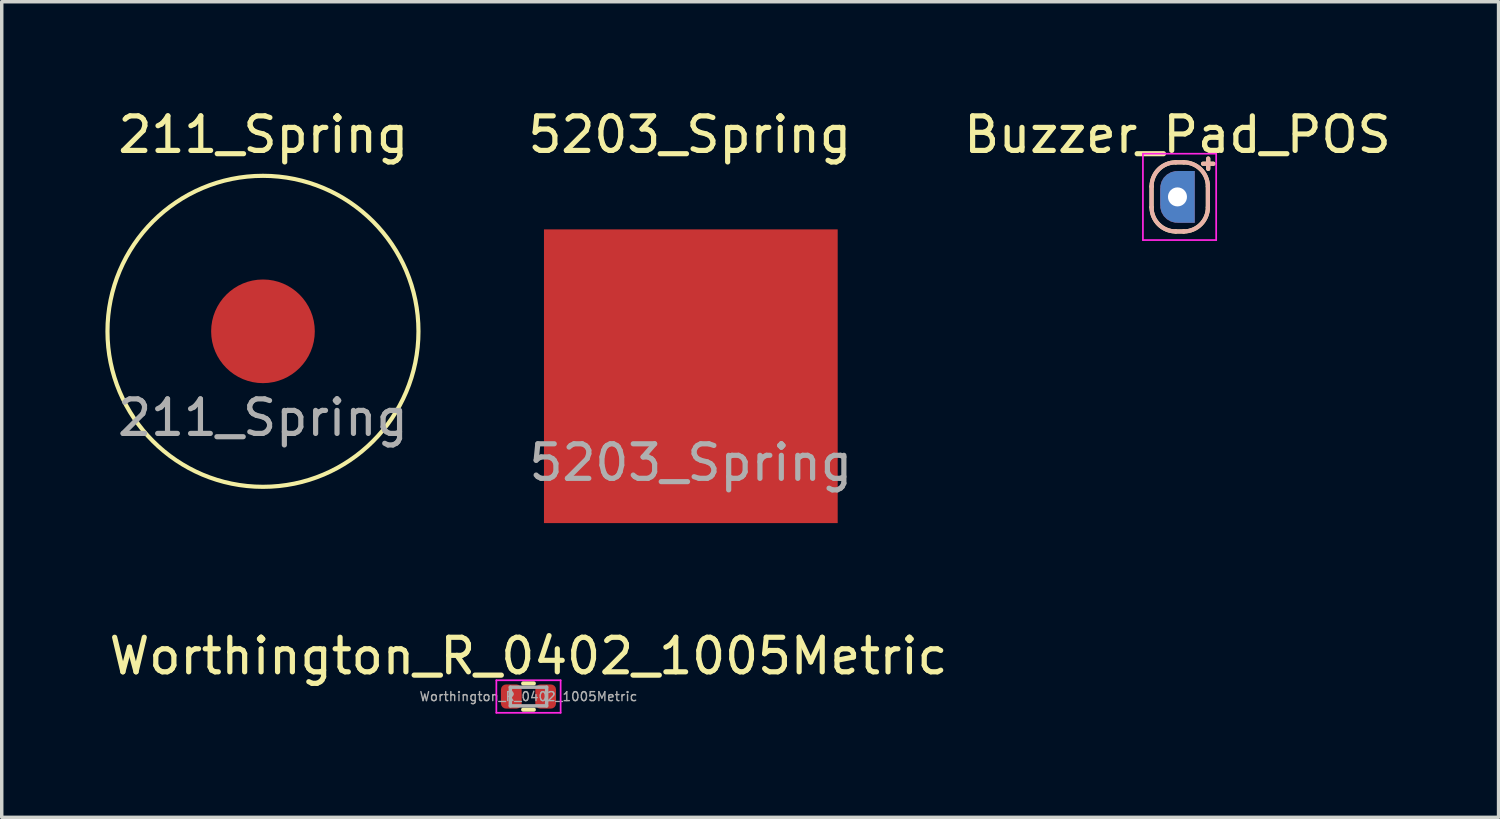
<source format=kicad_pcb>
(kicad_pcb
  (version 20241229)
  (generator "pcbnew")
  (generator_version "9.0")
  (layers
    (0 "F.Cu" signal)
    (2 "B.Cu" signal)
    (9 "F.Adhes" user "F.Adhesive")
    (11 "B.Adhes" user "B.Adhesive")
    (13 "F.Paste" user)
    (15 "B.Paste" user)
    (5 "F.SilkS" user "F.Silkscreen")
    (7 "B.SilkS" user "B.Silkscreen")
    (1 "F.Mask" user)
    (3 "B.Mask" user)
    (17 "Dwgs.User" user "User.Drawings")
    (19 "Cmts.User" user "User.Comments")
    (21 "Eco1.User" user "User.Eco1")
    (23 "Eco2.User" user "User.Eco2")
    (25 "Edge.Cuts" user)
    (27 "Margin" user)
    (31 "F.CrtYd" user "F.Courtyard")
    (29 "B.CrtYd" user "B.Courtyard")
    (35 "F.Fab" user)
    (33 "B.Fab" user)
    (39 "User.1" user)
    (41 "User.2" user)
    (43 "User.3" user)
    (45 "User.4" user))
  (footprint "Worthington_R_0402_1005Metric"
    (layer "F.Cu")
    (at 12.244 17.107)
    (property "Reference" "Worthington_R_0402_1005Metric" (at 0 -1.17 180) (layer "F.SilkS") (effects (font (size 1 1) (thickness 0.15))))
    (attr smd)
    (fp_line (start -0.154 -0.38) (end 0.154 -0.38) (stroke (width 0.12) (type solid)) (layer "F.SilkS"))
    (fp_line (start -0.154 0.38) (end 0.154 0.38) (stroke (width 0.12) (type solid)) (layer "F.SilkS"))
    (fp_line (start -0.93 0.47) (end -0.93 -0.47) (stroke (width 0.05) (type solid)) (layer "F.CrtYd"))
    (fp_line (start -0.93 -0.47) (end 0.93 -0.47) (stroke (width 0.05) (type solid)) (layer "F.CrtYd"))
    (fp_line (start 0.93 0.47) (end -0.93 0.47) (stroke (width 0.05) (type solid)) (layer "F.CrtYd"))
    (fp_line (start 0.93 -0.47) (end 0.93 0.47) (stroke (width 0.05) (type solid)) (layer "F.CrtYd"))
    (fp_line (start -0.525 -0.27) (end 0.525 -0.27) (stroke (width 0.1) (type solid)) (layer "F.Fab"))
    (fp_line (start -0.525 0.27) (end -0.525 -0.27) (stroke (width 0.1) (type solid)) (layer "F.Fab"))
    (fp_line (start 0.525 -0.27) (end 0.525 0.27) (stroke (width 0.1) (type solid)) (layer "F.Fab"))
    (fp_line (start 0.525 0.27) (end -0.525 0.27) (stroke (width 0.1) (type solid)) (layer "F.Fab"))
    (fp_text user "${REFERENCE}" (at 0 0 180) (layer "F.Fab") (effects (font (size 0.26 0.26) (thickness 0.04))))
    (pad "1" smd roundrect (at -0.497 -0.000001) (size 0.6 0.7) (layers "F.Cu" "F.Mask" "F.Paste") (roundrect_rratio 0.25))
    (pad "2" smd roundrect (at 0.497 0.000001) (size 0.6 0.7) (layers "F.Cu" "F.Mask" "F.Paste") (roundrect_rratio 0.25)))
  (footprint "Buzzer_Pad_POS"
    (layer "F.Cu")
    (at 31.025 2.648)
    (property "Reference" "Buzzer_Pad_POS" (at 0 -1.8 0) (layer "F.SilkS") (effects (font (size 1 1) (thickness 0.15))))
    (attr exclude_from_pos_files)
    (fp_line (start -0.75 0.3) (end -0.75 -0.3) (stroke (width 0.12) (type solid)) (layer "F.SilkS"))
    (fp_line (start -0.05 -1) (end 0.18 -1) (stroke (width 0.12) (type solid)) (layer "F.SilkS"))
    (fp_line (start -0.05 1) (end 0.18 1) (stroke (width 0.12) (type solid)) (layer "F.SilkS"))
    (fp_line (start 0.74 -0.96) (end 1.04 -0.96) (stroke (width 0.12) (type default)) (layer "F.SilkS"))
    (fp_line (start 0.88 -0.3) (end 0.88 0.3) (stroke (width 0.12) (type solid)) (layer "F.SilkS"))
    (fp_line (start 0.89 -1.11) (end 0.89 -0.81) (stroke (width 0.12) (type default)) (layer "F.SilkS"))
    (fp_arc (start -0.75 -0.300001) (mid -0.544974 -0.794976) (end -0.049999 -1.000001) (stroke (width 0.12) (type solid)) (layer "F.SilkS"))
    (fp_arc (start -0.049999 0.999999) (mid -0.544974 0.794975) (end -0.749999 0.300001) (stroke (width 0.12) (type solid)) (layer "F.SilkS"))
    (fp_arc (start 0.18 -1.000001) (mid 0.674974 -0.794977) (end 0.88 -0.300003) (stroke (width 0.12) (type solid)) (layer "F.SilkS"))
    (fp_arc (start 0.880001 0.299999) (mid 0.674975 0.794973) (end 0.18 0.999999) (stroke (width 0.12) (type solid)) (layer "F.SilkS"))
    (fp_line (start -0.75 -0.3) (end -0.75 0.3) (stroke (width 0.12) (type solid)) (layer "B.SilkS"))
    (fp_line (start 0.18 -1) (end -0.05 -1) (stroke (width 0.12) (type solid)) (layer "B.SilkS"))
    (fp_line (start 0.18 1) (end -0.05 1) (stroke (width 0.12) (type solid)) (layer "B.SilkS"))
    (fp_line (start 0.88 0.3) (end 0.88 -0.3) (stroke (width 0.12) (type solid)) (layer "B.SilkS"))
    (fp_line (start 0.89 -1.11) (end 0.89 -0.81) (stroke (width 0.12) (type default)) (layer "B.SilkS"))
    (fp_line (start 1.04 -0.96) (end 0.74 -0.96) (stroke (width 0.12) (type default)) (layer "B.SilkS"))
    (fp_arc (start -0.749999 -0.300005) (mid -0.544973 -0.794979) (end -0.049999 -1.000003) (stroke (width 0.12) (type solid)) (layer "B.SilkS"))
    (fp_arc (start -0.049999 0.999997) (mid -0.544974 0.794971) (end -0.75 0.299997) (stroke (width 0.12) (type solid)) (layer "B.SilkS"))
    (fp_arc (start 0.18 -1.000003) (mid 0.674975 -0.794978) (end 0.880001 -0.300003) (stroke (width 0.12) (type solid)) (layer "B.SilkS"))
    (fp_arc (start 0.88 0.299999) (mid 0.674975 0.794973) (end 0.18 0.999997) (stroke (width 0.12) (type solid)) (layer "B.SilkS"))
    (fp_line (start -1 -1.25) (end -1 1.25) (stroke (width 0.05) (type solid)) (layer "F.CrtYd"))
    (fp_line (start -1 -1.25) (end 1.12 -1.25) (stroke (width 0.05) (type solid)) (layer "F.CrtYd"))
    (fp_line (start 1.12 1.25) (end -1 1.25) (stroke (width 0.05) (type solid)) (layer "F.CrtYd"))
    (fp_line (start 1.12 1.25) (end 1.12 -1.25) (stroke (width 0.05) (type solid)) (layer "F.CrtYd"))
    (pad "1" thru_hole circle (at 0 0) (size 0.6 0.6) (drill 0.55) (layers "*.Cu" "*.Mask"))
    (pad "1" smd custom (at 0 0) (size 1 0.5) (layers "F.Cu" "F.Mask") (options (anchor rect)) (primitives (gr_circle (center 0 0.25) (end 0.5 0.25) (width 0) (fill yes)) (gr_circle (center 0 -0.25) (end 0.5 -0.25) (width 0) (fill yes)) (gr_poly (pts (xy 0.5 0.75) (xy 0 0.75) (xy 0 -0.75) (xy 0.5 -0.75)) (width 0) (fill yes))))
    (pad "1" smd custom (at 0 0) (size 1 0.5) (layers "B.Cu" "B.Mask") (options (anchor rect)) (primitives (gr_circle (center 0 0.25) (end 0.5 0.25) (width 0) (fill yes)) (gr_circle (center 0 -0.25) (end 0.5 -0.25) (width 0) (fill yes)) (gr_poly (pts (xy 0.5 0.75) (xy 0 0.75) (xy 0 -0.75) (xy 0.5 -0.75)) (width 0) (fill yes)))))
  (footprint "5203_Spring"
    (layer "F.Cu")
    (at 16.942 7.838)
    (property "Reference" "5203_Spring" (at -0.03 -6.99 0) (unlocked yes) (layer "F.SilkS") (effects (font (size 1 1) (thickness 0.15))))
    (attr through_hole)
    (fp_text user "${REFERENCE}" (at 0 2.5 0) (unlocked yes) (layer "F.Fab") (effects (font (size 1 1) (thickness 0.15))))
    (pad "1" smd rect (at 0 0) (size 8.5 8.5) (layers "F.Cu" "F.Mask" "F.Paste")))
  (footprint "211_Spring"
    (layer "F.Cu")
    (at 4.56 6.538)
    (property "Reference" "211_Spring" (at 0.01 -5.69 0) (unlocked yes) (layer "F.SilkS") (effects (font (size 1 1) (thickness 0.15))))
    (attr through_hole)
    (fp_circle (center 0 0) (end 4.5 0) (stroke (width 0.12) (type solid)) (fill no) (layer "F.SilkS"))
    (fp_text user "${REFERENCE}" (at 0 2.5 0) (unlocked yes) (layer "F.Fab") (effects (font (size 1 1) (thickness 0.15))))
    (pad "1" smd circle (at 0 0) (size 3 3) (layers "F.Cu" "F.Mask" "F.Paste")))
  (gr_rect
    (start -3 -3)
    (end 40.317 20.602)
    (stroke (width 0.1) (type default))
    (fill no)
    (layer "Edge.Cuts")))
</source>
